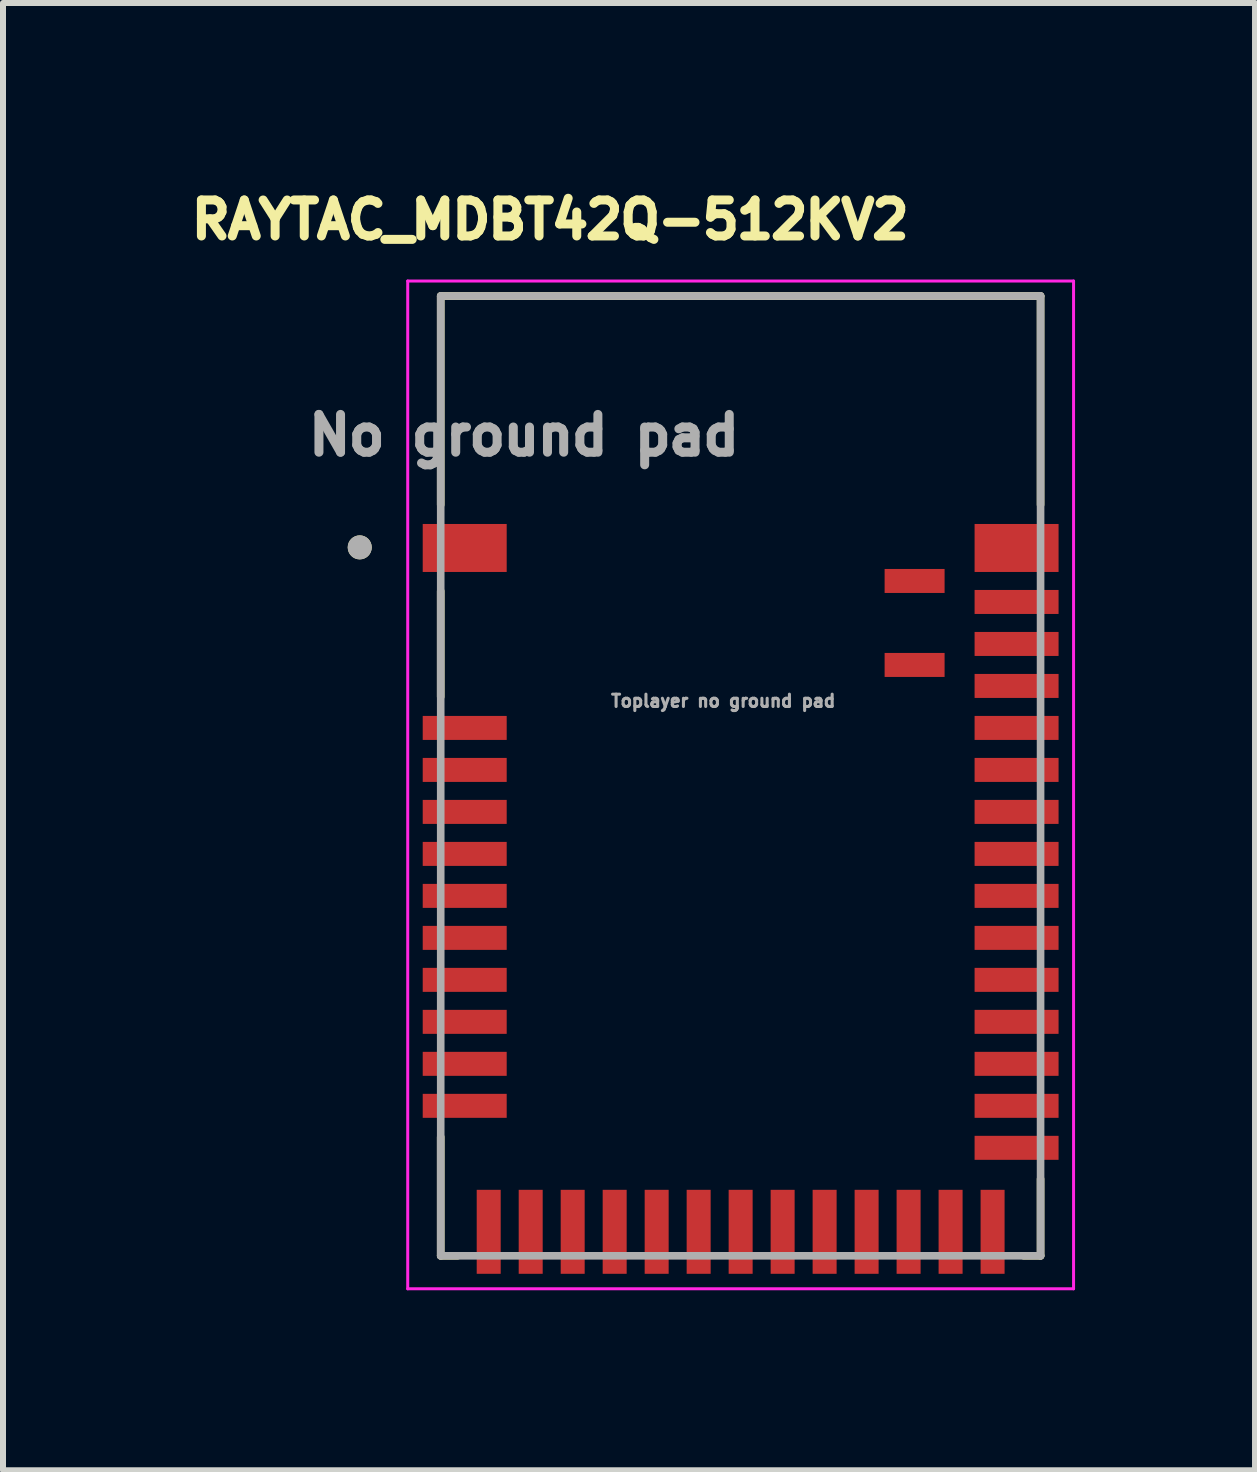
<source format=kicad_pcb>
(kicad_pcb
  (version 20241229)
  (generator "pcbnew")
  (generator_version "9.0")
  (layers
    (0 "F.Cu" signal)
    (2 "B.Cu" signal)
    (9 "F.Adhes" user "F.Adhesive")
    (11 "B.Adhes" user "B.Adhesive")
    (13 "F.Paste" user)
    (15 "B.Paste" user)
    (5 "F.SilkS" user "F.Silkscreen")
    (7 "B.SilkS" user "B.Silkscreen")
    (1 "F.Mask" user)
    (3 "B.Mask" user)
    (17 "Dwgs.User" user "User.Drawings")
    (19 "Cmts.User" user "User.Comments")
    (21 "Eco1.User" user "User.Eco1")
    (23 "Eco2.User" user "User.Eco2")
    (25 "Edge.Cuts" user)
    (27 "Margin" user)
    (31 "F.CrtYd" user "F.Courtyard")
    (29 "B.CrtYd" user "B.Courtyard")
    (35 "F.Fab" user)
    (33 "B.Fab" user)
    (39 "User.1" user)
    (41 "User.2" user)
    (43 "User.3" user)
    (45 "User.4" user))
  (footprint "RAYTAC_MDBT42Q-512KV2"
    (layer "F.Cu")
    (at 9.297 9.885)
    (property "Reference" "RAYTAC_MDBT42Q-512KV2" (at -3.175 -9.271 0) (layer "F.SilkS") (effects (font (size 0.6 0.6) (thickness 0.15))))
    (attr smd)
    (fp_line (start -5 -8) (end 5 -8) (stroke (width 0.127) (type solid)) (layer "F.SilkS"))
    (fp_line (start -5 -4.52) (end -5 -8) (stroke (width 0.127) (type solid)) (layer "F.SilkS"))
    (fp_line (start -5 -1.32) (end -5 -3.08) (stroke (width 0.127) (type solid)) (layer "F.SilkS"))
    (fp_line (start -5 8) (end -5 6.02) (stroke (width 0.127) (type solid)) (layer "F.SilkS"))
    (fp_line (start -4.72 8) (end -5 8) (stroke (width 0.127) (type solid)) (layer "F.SilkS"))
    (fp_line (start 5 -8) (end 5 -4.52) (stroke (width 0.127) (type solid)) (layer "F.SilkS"))
    (fp_line (start 5 6.72) (end 5 8) (stroke (width 0.127) (type solid)) (layer "F.SilkS"))
    (fp_line (start 5 8) (end 4.72 8) (stroke (width 0.127) (type solid)) (layer "F.SilkS"))
    (fp_circle (center -6.35 -3.81) (end -6.25 -3.81) (stroke (width 0.2) (type solid)) (fill no) (layer "F.SilkS"))
    (fp_line (start -5.55 -8.25) (end -5.55 8.55) (stroke (width 0.05) (type solid)) (layer "F.CrtYd"))
    (fp_line (start -5.55 8.55) (end 5.55 8.55) (stroke (width 0.05) (type solid)) (layer "F.CrtYd"))
    (fp_line (start 5.55 -8.25) (end -5.55 -8.25) (stroke (width 0.05) (type solid)) (layer "F.CrtYd"))
    (fp_line (start 5.55 8.55) (end 5.55 -8.25) (stroke (width 0.05) (type solid)) (layer "F.CrtYd"))
    (fp_line (start -5 -8) (end 5 -8) (stroke (width 0.127) (type solid)) (layer "F.Fab"))
    (fp_line (start -5 8) (end -5 -8) (stroke (width 0.127) (type solid)) (layer "F.Fab"))
    (fp_line (start 5 -8) (end 5 8) (stroke (width 0.127) (type solid)) (layer "F.Fab"))
    (fp_line (start 5 8) (end -5 8) (stroke (width 0.127) (type solid)) (layer "F.Fab"))
    (fp_circle (center -6.35 -3.81) (end -6.25 -3.81) (stroke (width 0.2) (type solid)) (fill no) (layer "F.Fab"))
    (fp_text user "Toplayer no ground pad" (at -0.29 -1.25 0) (layer "F.Fab") (effects (font (size 0.205 0.205) (thickness 0.051))))
    (fp_text user "No ground pad" (at -3.61 -5.68 0) (layer "F.Fab") (effects (font (size 0.63 0.63) (thickness 0.15))))
    (pad "1" smd rect (at -4.6 -3.8) (size 1.4 0.8) (layers "F.Cu" "F.Mask" "F.Paste"))
    (pad "2" smd rect (at -4.6 -0.8) (size 1.4 0.4) (layers "F.Cu" "F.Mask" "F.Paste"))
    (pad "3" smd rect (at -4.6 -0.1) (size 1.4 0.4) (layers "F.Cu" "F.Mask" "F.Paste"))
    (pad "4" smd rect (at -4.6 0.6) (size 1.4 0.4) (layers "F.Cu" "F.Mask" "F.Paste"))
    (pad "5" smd rect (at -4.6 1.3) (size 1.4 0.4) (layers "F.Cu" "F.Mask" "F.Paste"))
    (pad "6" smd rect (at -4.6 2) (size 1.4 0.4) (layers "F.Cu" "F.Mask" "F.Paste"))
    (pad "7" smd rect (at -4.6 2.7) (size 1.4 0.4) (layers "F.Cu" "F.Mask" "F.Paste"))
    (pad "8" smd rect (at -4.6 3.4) (size 1.4 0.4) (layers "F.Cu" "F.Mask" "F.Paste"))
    (pad "9" smd rect (at -4.6 4.1) (size 1.4 0.4) (layers "F.Cu" "F.Mask" "F.Paste"))
    (pad "10" smd rect (at -4.6 4.8) (size 1.4 0.4) (layers "F.Cu" "F.Mask" "F.Paste"))
    (pad "11" smd rect (at -4.6 5.5) (size 1.4 0.4) (layers "F.Cu" "F.Mask" "F.Paste"))
    (pad "12" smd rect (at -4.2 7.6 90) (size 1.4 0.4) (layers "F.Cu" "F.Mask" "F.Paste"))
    (pad "13" smd rect (at -3.5 7.6 270) (size 1.4 0.4) (layers "F.Cu" "F.Mask" "F.Paste"))
    (pad "14" smd rect (at -2.8 7.6 90) (size 1.4 0.4) (layers "F.Cu" "F.Mask" "F.Paste"))
    (pad "15" smd rect (at -2.1 7.6 90) (size 1.4 0.4) (layers "F.Cu" "F.Mask" "F.Paste"))
    (pad "16" smd rect (at -1.4 7.6 90) (size 1.4 0.4) (layers "F.Cu" "F.Mask" "F.Paste"))
    (pad "17" smd rect (at -0.7 7.6 90) (size 1.4 0.4) (layers "F.Cu" "F.Mask" "F.Paste"))
    (pad "18" smd rect (at 0 7.6 90) (size 1.4 0.4) (layers "F.Cu" "F.Mask" "F.Paste"))
    (pad "19" smd rect (at 0.7 7.6 90) (size 1.4 0.4) (layers "F.Cu" "F.Mask" "F.Paste"))
    (pad "20" smd rect (at 1.4 7.6 90) (size 1.4 0.4) (layers "F.Cu" "F.Mask" "F.Paste"))
    (pad "21" smd rect (at 2.1 7.6 90) (size 1.4 0.4) (layers "F.Cu" "F.Mask" "F.Paste"))
    (pad "22" smd rect (at 2.8 7.6 90) (size 1.4 0.4) (layers "F.Cu" "F.Mask" "F.Paste"))
    (pad "23" smd rect (at 3.5 7.6 90) (size 1.4 0.4) (layers "F.Cu" "F.Mask" "F.Paste"))
    (pad "24" smd rect (at 4.2 7.6 90) (size 1.4 0.4) (layers "F.Cu" "F.Mask" "F.Paste"))
    (pad "25" smd rect (at 4.6 6.2 180) (size 1.4 0.4) (layers "F.Cu" "F.Mask" "F.Paste"))
    (pad "26" smd rect (at 4.6 5.5 180) (size 1.4 0.4) (layers "F.Cu" "F.Mask" "F.Paste"))
    (pad "27" smd rect (at 4.6 4.8 180) (size 1.4 0.4) (layers "F.Cu" "F.Mask" "F.Paste"))
    (pad "28" smd rect (at 4.6 4.1 180) (size 1.4 0.4) (layers "F.Cu" "F.Mask" "F.Paste"))
    (pad "29" smd rect (at 4.6 3.4 180) (size 1.4 0.4) (layers "F.Cu" "F.Mask" "F.Paste"))
    (pad "30" smd rect (at 4.6 2.7 180) (size 1.4 0.4) (layers "F.Cu" "F.Mask" "F.Paste"))
    (pad "31" smd rect (at 4.6 2 180) (size 1.4 0.4) (layers "F.Cu" "F.Mask" "F.Paste"))
    (pad "32" smd rect (at 4.6 1.3 180) (size 1.4 0.4) (layers "F.Cu" "F.Mask" "F.Paste"))
    (pad "33" smd rect (at 4.6 0.6 180) (size 1.4 0.4) (layers "F.Cu" "F.Mask" "F.Paste"))
    (pad "34" smd rect (at 4.6 -0.1 180) (size 1.4 0.4) (layers "F.Cu" "F.Mask" "F.Paste"))
    (pad "35" smd rect (at 4.6 -0.8 180) (size 1.4 0.4) (layers "F.Cu" "F.Mask" "F.Paste"))
    (pad "36" smd rect (at 4.6 -1.5 180) (size 1.4 0.4) (layers "F.Cu" "F.Mask" "F.Paste"))
    (pad "37" smd rect (at 4.6 -2.2 180) (size 1.4 0.4) (layers "F.Cu" "F.Mask" "F.Paste"))
    (pad "38" smd rect (at 4.6 -2.9 180) (size 1.4 0.4) (layers "F.Cu" "F.Mask" "F.Paste"))
    (pad "39" smd rect (at 4.6 -3.8 180) (size 1.4 0.8) (layers "F.Cu" "F.Mask" "F.Paste"))
    (pad "40" smd rect (at 2.9 -3.25 180) (size 1 0.4) (layers "F.Cu" "F.Mask" "F.Paste"))
    (pad "41" smd rect (at 2.9 -1.85 180) (size 1 0.4) (layers "F.Cu" "F.Mask" "F.Paste"))
    (zone (net_name "") (layer "F.Cu") (hatch full 0.508) (connect_pads) (min_thickness 0.01) (filled_areas_thickness no) (keepout (tracks not_allowed) (vias not_allowed) (pads not_allowed) (copperpour not_allowed) (footprints allowed)) (placement (enabled no)) (fill) (polygon (pts (xy 3.997 1.885) (xy 14.597 1.885) (xy 14.597 5.685) (xy 3.997 5.685))))
    (zone (net_name "") (layer "F.Cu") (hatch full 0.508) (connect_pads) (min_thickness 0.01) (filled_areas_thickness no) (keepout (tracks not_allowed) (vias not_allowed) (pads not_allowed) (copperpour not_allowed) (footprints allowed)) (placement (enabled no)) (fill) (polygon (pts (xy 8.797 5.685) (xy 13.197 5.685) (xy 13.197 8.785) (xy 8.797 8.785))))
    (zone (net_name "") (layers "F.Cu" "B.Cu") (hatch full 0.508) (connect_pads) (min_thickness 0.01) (filled_areas_thickness no) (keepout (tracks allowed) (vias not_allowed) (pads allowed) (copperpour allowed) (footprints allowed)) (placement (enabled no)) (fill) (polygon (pts (xy 3.997 1.885) (xy 14.597 1.885) (xy 14.597 5.685) (xy 3.997 5.685))))
    (zone (net_name "") (layer "B.Cu") (hatch full 0.508) (connect_pads) (min_thickness 0.01) (filled_areas_thickness no) (keepout (tracks not_allowed) (vias not_allowed) (pads not_allowed) (copperpour not_allowed) (footprints allowed)) (placement (enabled no)) (fill) (polygon (pts (xy 3.997 1.885) (xy 14.597 1.885) (xy 14.597 5.685) (xy 3.997 5.685)))))
  (gr_rect
    (start -3 -3)
    (end 17.872 21.46)
    (stroke (width 0.1) (type default))
    (fill no)
    (layer "Edge.Cuts")))
</source>
